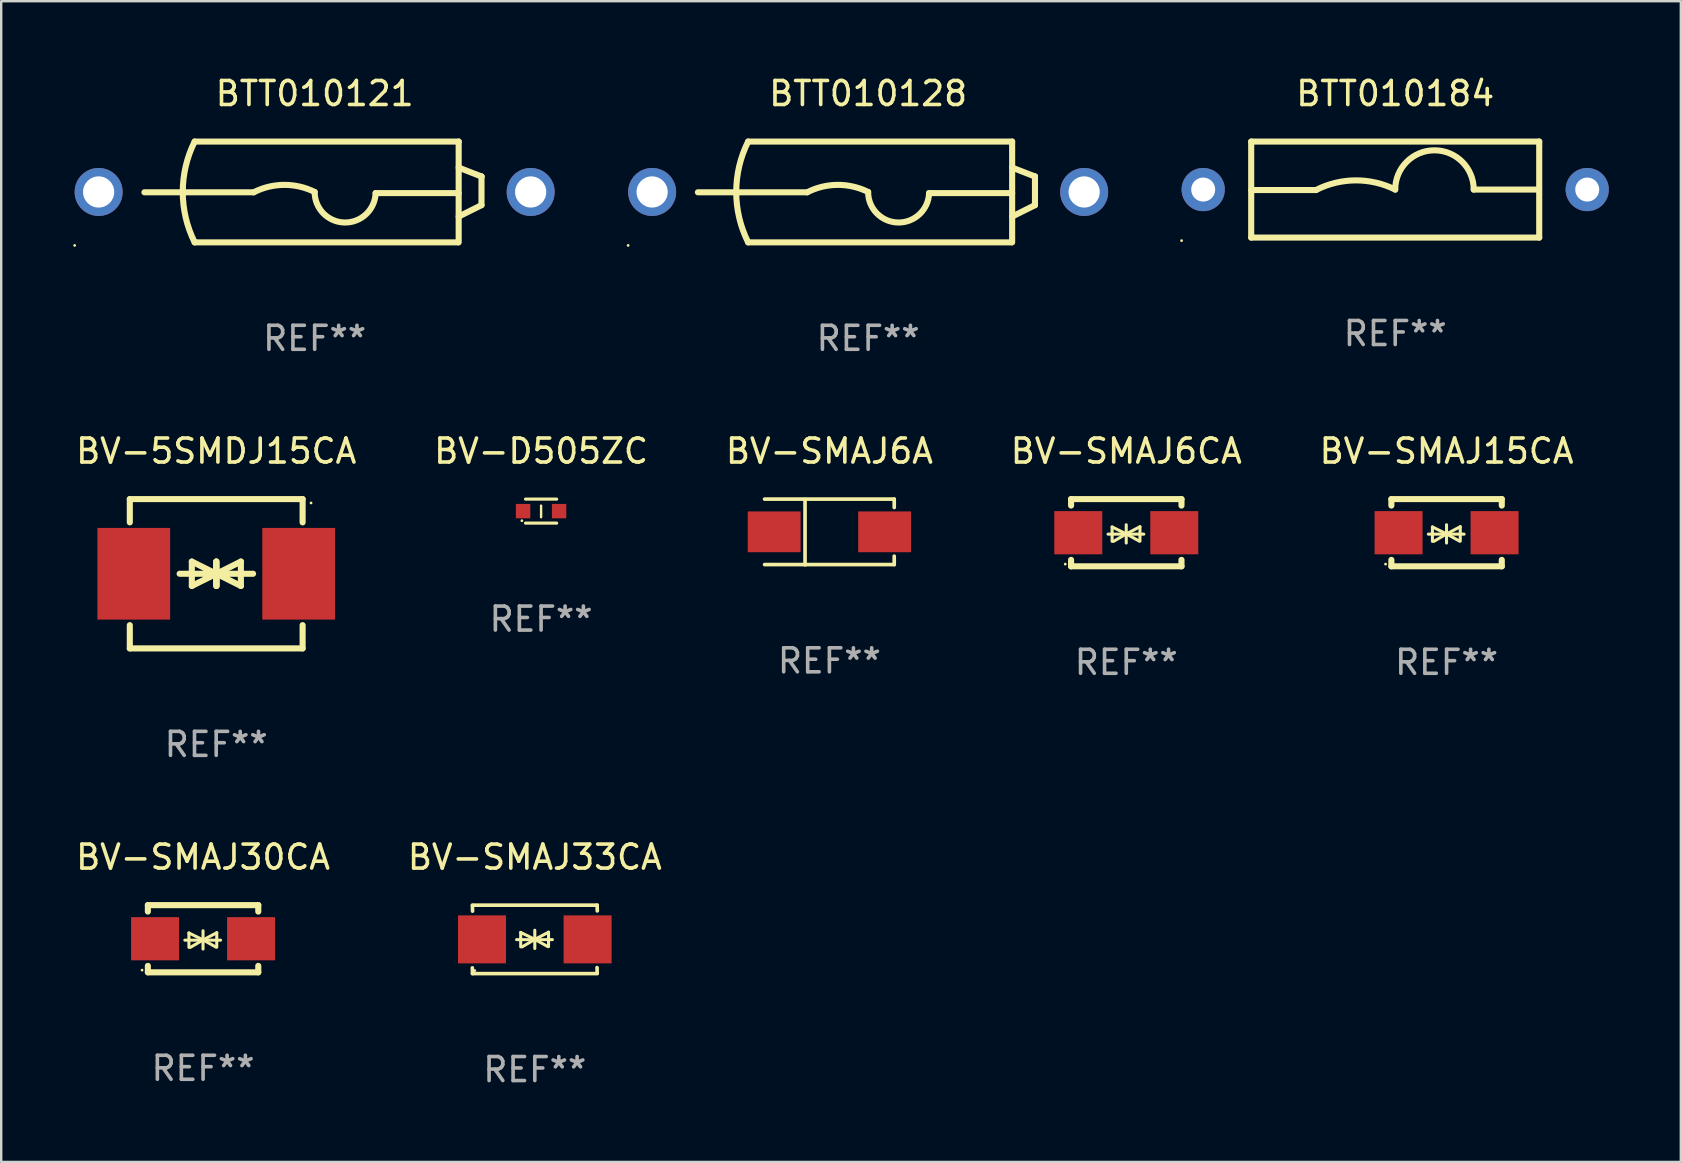
<source format=kicad_pcb>
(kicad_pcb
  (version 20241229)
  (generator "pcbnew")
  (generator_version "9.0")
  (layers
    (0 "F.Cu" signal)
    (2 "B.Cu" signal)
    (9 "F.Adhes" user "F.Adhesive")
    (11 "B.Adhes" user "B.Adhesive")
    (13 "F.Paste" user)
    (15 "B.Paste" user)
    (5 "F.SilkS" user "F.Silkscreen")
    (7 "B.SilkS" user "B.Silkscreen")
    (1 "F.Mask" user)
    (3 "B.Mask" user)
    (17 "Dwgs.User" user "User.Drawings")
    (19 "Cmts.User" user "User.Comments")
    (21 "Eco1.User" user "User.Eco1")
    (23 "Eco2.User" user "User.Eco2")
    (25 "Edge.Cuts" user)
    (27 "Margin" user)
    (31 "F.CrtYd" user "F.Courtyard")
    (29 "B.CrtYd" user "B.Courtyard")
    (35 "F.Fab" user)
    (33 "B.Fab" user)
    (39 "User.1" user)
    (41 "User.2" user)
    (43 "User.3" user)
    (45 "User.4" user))
  (footprint "BV-SMAJ6A"
    (layer "F.Cu")
    (at 31.506 19.115)
    (property "Reference" "BV-SMAJ6A" (at 0 -3.37 0) (layer "F.SilkS") (effects (font (size 1 1) (thickness 0.15))))
    (attr through_hole)
    (fp_line (start -2.701 -1.37) (end 2.701 -1.37) (stroke (width 0.152) (type solid)) (layer "F.SilkS"))
    (fp_line (start -2.701 1.357) (end 2.701 1.357) (stroke (width 0.152) (type solid)) (layer "F.SilkS"))
    (fp_line (start -1.015 -1.357) (end -1.015 1.37) (stroke (width 0.152) (type solid)) (layer "F.SilkS"))
    (fp_line (start 2.701 -1.37) (end 2.701 -1.02) (stroke (width 0.152) (type solid)) (layer "F.SilkS"))
    (fp_line (start 2.701 1.357) (end 2.701 1.007) (stroke (width 0.152) (type solid)) (layer "F.SilkS"))
    (fp_circle (center -2.5 1.343) (end -2.47 1.343) (stroke (width 0.06) (type solid)) (fill no) (layer "F.SilkS"))
    (fp_text user "REF**" (at 0 5.37 0) (layer "F.Fab") (effects (font (size 1 1) (thickness 0.15))))
    (pad "1" smd rect (at -2.3 -0.007) (size 2.2 1.7) (layers "F.Cu" "F.Mask" "F.Paste"))
    (pad "2" smd rect (at 2.3 -0.007) (size 2.2 1.7) (layers "F.Cu" "F.Mask" "F.Paste")))
  (footprint "BV-SMAJ6CA"
    (layer "F.Cu")
    (at 43.875 19.145)
    (property "Reference" "BV-SMAJ6CA" (at 0 -3.4 0) (layer "F.SilkS") (effects (font (size 1 1) (thickness 0.15))))
    (attr through_hole)
    (fp_line (start -2.3 -1.4) (end -2.3 -1.131) (stroke (width 0.254) (type solid)) (layer "F.SilkS"))
    (fp_line (start -2.3 -1.4) (end 2.3 -1.4) (stroke (width 0.254) (type solid)) (layer "F.SilkS"))
    (fp_line (start -2.3 1.131) (end -2.3 1.4) (stroke (width 0.254) (type solid)) (layer "F.SilkS"))
    (fp_line (start -2.3 1.4) (end 2.3 1.4) (stroke (width 0.254) (type solid)) (layer "F.SilkS"))
    (fp_line (start -0.76 0.06) (end 0.73 0.06) (stroke (width 0.127) (type solid)) (layer "F.SilkS"))
    (fp_line (start -0.59 -0.24) (end -0.59 0.36) (stroke (width 0.127) (type solid)) (layer "F.SilkS"))
    (fp_line (start -0.59 -0.24) (end -0.002 0.049) (stroke (width 0.127) (type solid)) (layer "F.SilkS"))
    (fp_line (start -0.53 0.36) (end -0.002 0.049) (stroke (width 0.127) (type solid)) (layer "F.SilkS"))
    (fp_line (start -0.002 0.049) (end -0.002 -0.332) (stroke (width 0.127) (type solid)) (layer "F.SilkS"))
    (fp_line (start -0.002 0.049) (end -0.002 0.43) (stroke (width 0.127) (type solid)) (layer "F.SilkS"))
    (fp_line (start 0.54 0.35) (end -0.002 0.049) (stroke (width 0.127) (type solid)) (layer "F.SilkS"))
    (fp_line (start 0.57 -0.25) (end -0.002 0.049) (stroke (width 0.127) (type solid)) (layer "F.SilkS"))
    (fp_line (start 0.57 -0.25) (end 0.57 0.35) (stroke (width 0.127) (type solid)) (layer "F.SilkS"))
    (fp_line (start 2.3 -1.4) (end 2.3 -1.131) (stroke (width 0.254) (type solid)) (layer "F.SilkS"))
    (fp_line (start 2.3 1.131) (end 2.3 1.4) (stroke (width 0.254) (type solid)) (layer "F.SilkS"))
    (fp_circle (center -2.542 1.308) (end -2.512 1.308) (stroke (width 0.06) (type solid)) (fill no) (layer "F.SilkS"))
    (fp_text user "REF**" (at 0 5.4 0) (layer "F.Fab") (effects (font (size 1 1) (thickness 0.15))))
    (pad "1" smd rect (at -2 0) (size 2 1.8) (layers "F.Cu" "F.Mask" "F.Paste"))
    (pad "2" smd rect (at 2 0) (size 2 1.8) (layers "F.Cu" "F.Mask" "F.Paste")))
  (footprint "BTT010128"
    (layer "F.Cu")
    (at 33.12 4.948)
    (property "Reference" "BTT010128" (at 0 -4.1 0) (layer "F.SilkS") (effects (font (size 1 1) (thickness 0.15))))
    (attr through_hole)
    (fp_line (start -7.093 0.014) (end -2.54 0.014) (stroke (width 0.254) (type solid)) (layer "F.SilkS"))
    (fp_line (start -5 -2.1) (end 6 -2.1) (stroke (width 0.254) (type solid)) (layer "F.SilkS"))
    (fp_line (start -5 2.1) (end 5.961 2.1) (stroke (width 0.254) (type solid)) (layer "F.SilkS"))
    (fp_line (start 6 -2.1) (end 6 2.1) (stroke (width 0.254) (type solid)) (layer "F.SilkS"))
    (fp_line (start 6 -1.015) (end 6.951 -0.645) (stroke (width 0.254) (type solid)) (layer "F.SilkS"))
    (fp_line (start 6 0.047) (end 2.54 0.047) (stroke (width 0.254) (type solid)) (layer "F.SilkS"))
    (fp_line (start 6.951 -0.645) (end 6.951 0.549) (stroke (width 0.254) (type solid)) (layer "F.SilkS"))
    (fp_line (start 6.951 -0.645) (end 6.951 -0.643) (stroke (width 0.254) (type solid)) (layer "F.SilkS"))
    (fp_line (start 6.951 0.549) (end 6 1.025) (stroke (width 0.254) (type solid)) (layer "F.SilkS"))
    (fp_arc (start -4.99911 2.100559) (mid -5.495224 0.000372) (end -5 -2.100025) (stroke (width 0.254001) (type solid)) (layer "F.SilkS"))
    (fp_arc (start -2.540005 0.013843) (mid -1.271652 -0.295095) (end 0 -0.000026) (stroke (width 0.254001) (type solid)) (layer "F.SilkS"))
    (fp_arc (start 2.540005 0.047092) (mid 1.24669 1.270165) (end -0.000381 -0.000026) (stroke (width 0.254001) (type solid)) (layer "F.SilkS"))
    (fp_circle (center -10 2.227) (end -9.97 2.227) (stroke (width 0.06) (type solid)) (fill no) (layer "F.SilkS"))
    (fp_text user "REF**" (at 0 6.1 0) (layer "F.Fab") (effects (font (size 1 1) (thickness 0.15))))
    (pad "1" thru_hole circle (at -9 -0.000025) (size 2 2) (drill 1.3) (layers "*.Cu" "*.Mask"))
    (pad "2" thru_hole circle (at 9 -0.000025) (size 2 2) (drill 1.3) (layers "*.Cu" "*.Mask")))
  (footprint "BTT010121"
    (layer "F.Cu")
    (at 10.06 4.948)
    (property "Reference" "BTT010121" (at 0 -4.1 0) (layer "F.SilkS") (effects (font (size 1 1) (thickness 0.15))))
    (attr through_hole)
    (fp_line (start -7.093 0.014) (end -2.54 0.014) (stroke (width 0.254) (type solid)) (layer "F.SilkS"))
    (fp_line (start -5 -2.1) (end 6 -2.1) (stroke (width 0.254) (type solid)) (layer "F.SilkS"))
    (fp_line (start -5 2.1) (end 5.961 2.1) (stroke (width 0.254) (type solid)) (layer "F.SilkS"))
    (fp_line (start 6 -2.1) (end 6 2.1) (stroke (width 0.254) (type solid)) (layer "F.SilkS"))
    (fp_line (start 6 -1.015) (end 6.951 -0.645) (stroke (width 0.254) (type solid)) (layer "F.SilkS"))
    (fp_line (start 6 0.047) (end 2.54 0.047) (stroke (width 0.254) (type solid)) (layer "F.SilkS"))
    (fp_line (start 6.951 -0.645) (end 6.951 0.549) (stroke (width 0.254) (type solid)) (layer "F.SilkS"))
    (fp_line (start 6.951 -0.645) (end 6.951 -0.643) (stroke (width 0.254) (type solid)) (layer "F.SilkS"))
    (fp_line (start 6.951 0.549) (end 6 1.025) (stroke (width 0.254) (type solid)) (layer "F.SilkS"))
    (fp_arc (start -4.99911 2.100559) (mid -5.495224 0.000372) (end -5 -2.100025) (stroke (width 0.254001) (type solid)) (layer "F.SilkS"))
    (fp_arc (start -2.540005 0.013843) (mid -1.271652 -0.295095) (end 0 -0.000026) (stroke (width 0.254001) (type solid)) (layer "F.SilkS"))
    (fp_arc (start 2.540005 0.047092) (mid 1.24669 1.270165) (end -0.000381 -0.000026) (stroke (width 0.254001) (type solid)) (layer "F.SilkS"))
    (fp_circle (center -10 2.227) (end -9.97 2.227) (stroke (width 0.06) (type solid)) (fill no) (layer "F.SilkS"))
    (fp_text user "REF**" (at 0 6.1 0) (layer "F.Fab") (effects (font (size 1 1) (thickness 0.15))))
    (pad "1" thru_hole circle (at -9 -0.000025) (size 2 2) (drill 1.3) (layers "*.Cu" "*.Mask"))
    (pad "2" thru_hole circle (at 9 -0.000025) (size 2 2) (drill 1.3) (layers "*.Cu" "*.Mask")))
  (footprint "BV-5SMDJ15CA"
    (layer "F.Cu")
    (at 5.958 20.855)
    (property "Reference" "BV-5SMDJ15CA" (at 0 -5.11 0) (layer "F.SilkS") (effects (font (size 1 1) (thickness 0.15))))
    (attr through_hole)
    (fp_line (start -3.6 -2.141) (end -3.6 -3.11) (stroke (width 0.254) (type solid)) (layer "F.SilkS"))
    (fp_line (start -3.6 3.11) (end -3.6 2.141) (stroke (width 0.254) (type solid)) (layer "F.SilkS"))
    (fp_line (start -1.524 0) (end 0.508 0) (stroke (width 0.254) (type solid)) (layer "F.SilkS"))
    (fp_line (start -1.016 -0.508) (end -1.016 0.508) (stroke (width 0.254) (type solid)) (layer "F.SilkS"))
    (fp_line (start -1.016 0.508) (end 0 0) (stroke (width 0.254) (type solid)) (layer "F.SilkS"))
    (fp_line (start 0 -0.508) (end 0 0.508) (stroke (width 0.254) (type solid)) (layer "F.SilkS"))
    (fp_line (start 0 0) (end -1.016 -0.508) (stroke (width 0.254) (type solid)) (layer "F.SilkS"))
    (fp_line (start 0 0) (end 0 -0.508) (stroke (width 0.254) (type solid)) (layer "F.SilkS"))
    (fp_line (start 0.012 0) (end 0.012 0.508) (stroke (width 0.254) (type solid)) (layer "F.SilkS"))
    (fp_line (start 0.012 0) (end 1.028 0.508) (stroke (width 0.254) (type solid)) (layer "F.SilkS"))
    (fp_line (start 0.012 0.508) (end 0.012 -0.508) (stroke (width 0.254) (type solid)) (layer "F.SilkS"))
    (fp_line (start 1.028 -0.508) (end 0.012 0) (stroke (width 0.254) (type solid)) (layer "F.SilkS"))
    (fp_line (start 1.028 0.508) (end 1.028 -0.508) (stroke (width 0.254) (type solid)) (layer "F.SilkS"))
    (fp_line (start 1.536 0) (end -0.496 0) (stroke (width 0.254) (type solid)) (layer "F.SilkS"))
    (fp_line (start 3.6 -3.11) (end -3.6 -3.11) (stroke (width 0.254) (type solid)) (layer "F.SilkS"))
    (fp_line (start 3.6 -2.141) (end 3.6 -3.11) (stroke (width 0.254) (type solid)) (layer "F.SilkS"))
    (fp_line (start 3.6 3.11) (end -3.6 3.11) (stroke (width 0.254) (type solid)) (layer "F.SilkS"))
    (fp_line (start 3.6 3.11) (end 3.6 2.141) (stroke (width 0.254) (type solid)) (layer "F.SilkS"))
    (fp_circle (center 3.952 -2.95) (end 3.982 -2.95) (stroke (width 0.06) (type solid)) (fill no) (layer "F.SilkS"))
    (fp_text user "REF**" (at 0 7.11 0) (layer "F.Fab") (effects (font (size 1 1) (thickness 0.15))))
    (pad "1" smd rect (at 3.435 0) (size 3.03 3.82) (layers "F.Cu" "F.Mask" "F.Paste"))
    (pad "2" smd rect (at -3.435 0) (size 3.03 3.82) (layers "F.Cu" "F.Mask" "F.Paste")))
  (footprint "BV-D505ZC"
    (layer "F.Cu")
    (at 19.494 18.245)
    (property "Reference" "BV-D505ZC" (at 0 -2.5 0) (layer "F.SilkS") (effects (font (size 1 1) (thickness 0.15))))
    (attr through_hole)
    (fp_line (start -0.65 -0.5) (end 0.65 -0.5) (stroke (width 0.13) (type solid)) (layer "F.SilkS"))
    (fp_line (start -0.65 0.5) (end 0.65 0.5) (stroke (width 0.13) (type solid)) (layer "F.SilkS"))
    (fp_line (start 0 -0.229) (end 0 0.254) (stroke (width 0.1) (type solid)) (layer "F.SilkS"))
    (fp_circle (center -0.8 0.4) (end -0.77 0.4) (stroke (width 0.06) (type solid)) (fill no) (layer "F.SilkS"))
    (fp_text user "REF**" (at 0 4.5 0) (layer "F.Fab") (effects (font (size 1 1) (thickness 0.15))))
    (pad "1" smd rect (at -0.75 0) (size 0.6 0.6) (layers "F.Cu" "F.Mask" "F.Paste"))
    (pad "2" smd rect (at 0.75 0 180) (size 0.6 0.6) (layers "F.Cu" "F.Mask" "F.Paste")))
  (footprint "BV-SMAJ15CA"
    (layer "F.Cu")
    (at 57.22 19.145)
    (property "Reference" "BV-SMAJ15CA" (at 0 -3.4 0) (layer "F.SilkS") (effects (font (size 1 1) (thickness 0.15))))
    (attr through_hole)
    (fp_line (start -2.3 -1.4) (end -2.3 -1.131) (stroke (width 0.254) (type solid)) (layer "F.SilkS"))
    (fp_line (start -2.3 -1.4) (end 2.3 -1.4) (stroke (width 0.254) (type solid)) (layer "F.SilkS"))
    (fp_line (start -2.3 1.131) (end -2.3 1.4) (stroke (width 0.254) (type solid)) (layer "F.SilkS"))
    (fp_line (start -2.3 1.4) (end 2.3 1.4) (stroke (width 0.254) (type solid)) (layer "F.SilkS"))
    (fp_line (start -0.76 0.06) (end 0.73 0.06) (stroke (width 0.127) (type solid)) (layer "F.SilkS"))
    (fp_line (start -0.59 -0.24) (end -0.59 0.36) (stroke (width 0.127) (type solid)) (layer "F.SilkS"))
    (fp_line (start -0.59 -0.24) (end -0.002 0.049) (stroke (width 0.127) (type solid)) (layer "F.SilkS"))
    (fp_line (start -0.53 0.36) (end -0.002 0.049) (stroke (width 0.127) (type solid)) (layer "F.SilkS"))
    (fp_line (start -0.002 0.049) (end -0.002 -0.332) (stroke (width 0.127) (type solid)) (layer "F.SilkS"))
    (fp_line (start -0.002 0.049) (end -0.002 0.43) (stroke (width 0.127) (type solid)) (layer "F.SilkS"))
    (fp_line (start 0.54 0.35) (end -0.002 0.049) (stroke (width 0.127) (type solid)) (layer "F.SilkS"))
    (fp_line (start 0.57 -0.25) (end -0.002 0.049) (stroke (width 0.127) (type solid)) (layer "F.SilkS"))
    (fp_line (start 0.57 -0.25) (end 0.57 0.35) (stroke (width 0.127) (type solid)) (layer "F.SilkS"))
    (fp_line (start 2.3 -1.4) (end 2.3 -1.131) (stroke (width 0.254) (type solid)) (layer "F.SilkS"))
    (fp_line (start 2.3 1.131) (end 2.3 1.4) (stroke (width 0.254) (type solid)) (layer "F.SilkS"))
    (fp_circle (center -2.542 1.308) (end -2.512 1.308) (stroke (width 0.06) (type solid)) (fill no) (layer "F.SilkS"))
    (fp_text user "REF**" (at 0 5.4 0) (layer "F.Fab") (effects (font (size 1 1) (thickness 0.15))))
    (pad "1" smd rect (at -2 0) (size 2 1.8) (layers "F.Cu" "F.Mask" "F.Paste"))
    (pad "2" smd rect (at 2 0) (size 2 1.8) (layers "F.Cu" "F.Mask" "F.Paste")))
  (footprint "BTT010184"
    (layer "F.Cu")
    (at 55.08 4.848)
    (property "Reference" "BTT010184" (at 0 -4 0) (layer "F.SilkS") (effects (font (size 1 1) (thickness 0.15))))
    (attr through_hole)
    (fp_line (start -6 -2) (end 6 -2) (stroke (width 0.254) (type solid)) (layer "F.SilkS"))
    (fp_line (start -6 0.02) (end -3.302 0.02) (stroke (width 0.254) (type solid)) (layer "F.SilkS"))
    (fp_line (start -6 2) (end -6 -2) (stroke (width 0.254) (type solid)) (layer "F.SilkS"))
    (fp_line (start 5.969 0) (end 3.271 0) (stroke (width 0.254) (type solid)) (layer "F.SilkS"))
    (fp_line (start 6 -2) (end 6 2) (stroke (width 0.254) (type solid)) (layer "F.SilkS"))
    (fp_line (start 6 2) (end -6 2) (stroke (width 0.254) (type solid)) (layer "F.SilkS"))
    (fp_arc (start -3.302007 0.020218) (mid -1.653409 -0.382715) (end 0 0) (stroke (width 0.254001) (type solid)) (layer "F.SilkS"))
    (fp_arc (start 0.000001 0) (mid 1.635497 -1.634823) (end 3.270993 0) (stroke (width 0.254001) (type solid)) (layer "F.SilkS"))
    (fp_circle (center -8.9 2.127) (end -8.87 2.127) (stroke (width 0.06) (type solid)) (fill no) (layer "F.SilkS"))
    (fp_text user "REF**" (at 0 6 0) (layer "F.Fab") (effects (font (size 1 1) (thickness 0.15))))
    (pad "1" thru_hole circle (at -8 0) (size 1.8 1.8) (drill 1) (layers "*.Cu" "*.Mask"))
    (pad "2" thru_hole circle (at 8 0) (size 1.8 1.8) (drill 1) (layers "*.Cu" "*.Mask")))
  (footprint "BV-SMAJ30CA"
    (layer "F.Cu")
    (at 5.411 36.061)
    (property "Reference" "BV-SMAJ30CA" (at 0 -3.4 0) (layer "F.SilkS") (effects (font (size 1 1) (thickness 0.15))))
    (attr through_hole)
    (fp_line (start -2.3 -1.4) (end -2.3 -1.131) (stroke (width 0.254) (type solid)) (layer "F.SilkS"))
    (fp_line (start -2.3 -1.4) (end 2.3 -1.4) (stroke (width 0.254) (type solid)) (layer "F.SilkS"))
    (fp_line (start -2.3 1.131) (end -2.3 1.4) (stroke (width 0.254) (type solid)) (layer "F.SilkS"))
    (fp_line (start -2.3 1.4) (end 2.3 1.4) (stroke (width 0.254) (type solid)) (layer "F.SilkS"))
    (fp_line (start -0.76 0.06) (end 0.73 0.06) (stroke (width 0.127) (type solid)) (layer "F.SilkS"))
    (fp_line (start -0.59 -0.24) (end -0.59 0.36) (stroke (width 0.127) (type solid)) (layer "F.SilkS"))
    (fp_line (start -0.59 -0.24) (end -0.002 0.049) (stroke (width 0.127) (type solid)) (layer "F.SilkS"))
    (fp_line (start -0.53 0.36) (end -0.002 0.049) (stroke (width 0.127) (type solid)) (layer "F.SilkS"))
    (fp_line (start -0.002 0.049) (end -0.002 -0.332) (stroke (width 0.127) (type solid)) (layer "F.SilkS"))
    (fp_line (start -0.002 0.049) (end -0.002 0.43) (stroke (width 0.127) (type solid)) (layer "F.SilkS"))
    (fp_line (start 0.54 0.35) (end -0.002 0.049) (stroke (width 0.127) (type solid)) (layer "F.SilkS"))
    (fp_line (start 0.57 -0.25) (end -0.002 0.049) (stroke (width 0.127) (type solid)) (layer "F.SilkS"))
    (fp_line (start 0.57 -0.25) (end 0.57 0.35) (stroke (width 0.127) (type solid)) (layer "F.SilkS"))
    (fp_line (start 2.3 -1.4) (end 2.3 -1.131) (stroke (width 0.254) (type solid)) (layer "F.SilkS"))
    (fp_line (start 2.3 1.131) (end 2.3 1.4) (stroke (width 0.254) (type solid)) (layer "F.SilkS"))
    (fp_circle (center -2.542 1.308) (end -2.512 1.308) (stroke (width 0.06) (type solid)) (fill no) (layer "F.SilkS"))
    (fp_text user "REF**" (at 0 5.4 0) (layer "F.Fab") (effects (font (size 1 1) (thickness 0.15))))
    (pad "1" smd rect (at -2 0) (size 2 1.8) (layers "F.Cu" "F.Mask" "F.Paste"))
    (pad "2" smd rect (at 2 0) (size 2 1.8) (layers "F.Cu" "F.Mask" "F.Paste")))
  (footprint "BV-SMAJ33CA"
    (layer "F.Cu")
    (at 19.232 36.088)
    (property "Reference" "BV-SMAJ33CA" (at 0 -3.426 0) (layer "F.SilkS") (effects (font (size 1 1) (thickness 0.15))))
    (attr through_hole)
    (fp_line (start -2.596 -1.426) (end 2.596 -1.426) (stroke (width 0.152) (type solid)) (layer "F.SilkS"))
    (fp_line (start -2.596 1.426) (end -2.603 1.187) (stroke (width 0.152) (type solid)) (layer "F.SilkS"))
    (fp_line (start -2.596 1.426) (end 2.596 1.426) (stroke (width 0.152) (type solid)) (layer "F.SilkS"))
    (fp_line (start -2.593 -1.176) (end -2.6 -1.415) (stroke (width 0.152) (type solid)) (layer "F.SilkS"))
    (fp_line (start -0.758 0.011) (end 0.732 0.011) (stroke (width 0.127) (type solid)) (layer "F.SilkS"))
    (fp_line (start -0.588 -0.289) (end -0.588 0.311) (stroke (width 0.127) (type solid)) (layer "F.SilkS"))
    (fp_line (start -0.588 -0.289) (end 0 0) (stroke (width 0.127) (type solid)) (layer "F.SilkS"))
    (fp_line (start -0.528 0.311) (end 0 0) (stroke (width 0.127) (type solid)) (layer "F.SilkS"))
    (fp_line (start 0 0) (end 0 -0.381) (stroke (width 0.127) (type solid)) (layer "F.SilkS"))
    (fp_line (start 0 0) (end 0 0.381) (stroke (width 0.127) (type solid)) (layer "F.SilkS"))
    (fp_line (start 0.542 0.301) (end 0 0) (stroke (width 0.127) (type solid)) (layer "F.SilkS"))
    (fp_line (start 0.572 -0.299) (end 0 0) (stroke (width 0.127) (type solid)) (layer "F.SilkS"))
    (fp_line (start 0.572 -0.299) (end 0.572 0.301) (stroke (width 0.127) (type solid)) (layer "F.SilkS"))
    (fp_line (start 2.593 1.176) (end 2.6 1.415) (stroke (width 0.152) (type solid)) (layer "F.SilkS"))
    (fp_line (start 2.596 -1.426) (end 2.603 -1.187) (stroke (width 0.152) (type solid)) (layer "F.SilkS"))
    (fp_circle (center -2.5 1.3) (end -2.47 1.3) (stroke (width 0.06) (type solid)) (fill no) (layer "F.SilkS"))
    (fp_text user "REF**" (at 0 5.426 0) (layer "F.Fab") (effects (font (size 1 1) (thickness 0.15))))
    (pad "1" smd rect (at -2.2 0 180) (size 2 2) (layers "F.Cu" "F.Mask" "F.Paste"))
    (pad "2" smd rect (at 2.2 0 180) (size 2 2) (layers "F.Cu" "F.Mask" "F.Paste")))
  (gr_rect
    (start -3 -3)
    (end 66.98 45.362)
    (stroke (width 0.1) (type default))
    (fill no)
    (layer "Edge.Cuts")))
</source>
